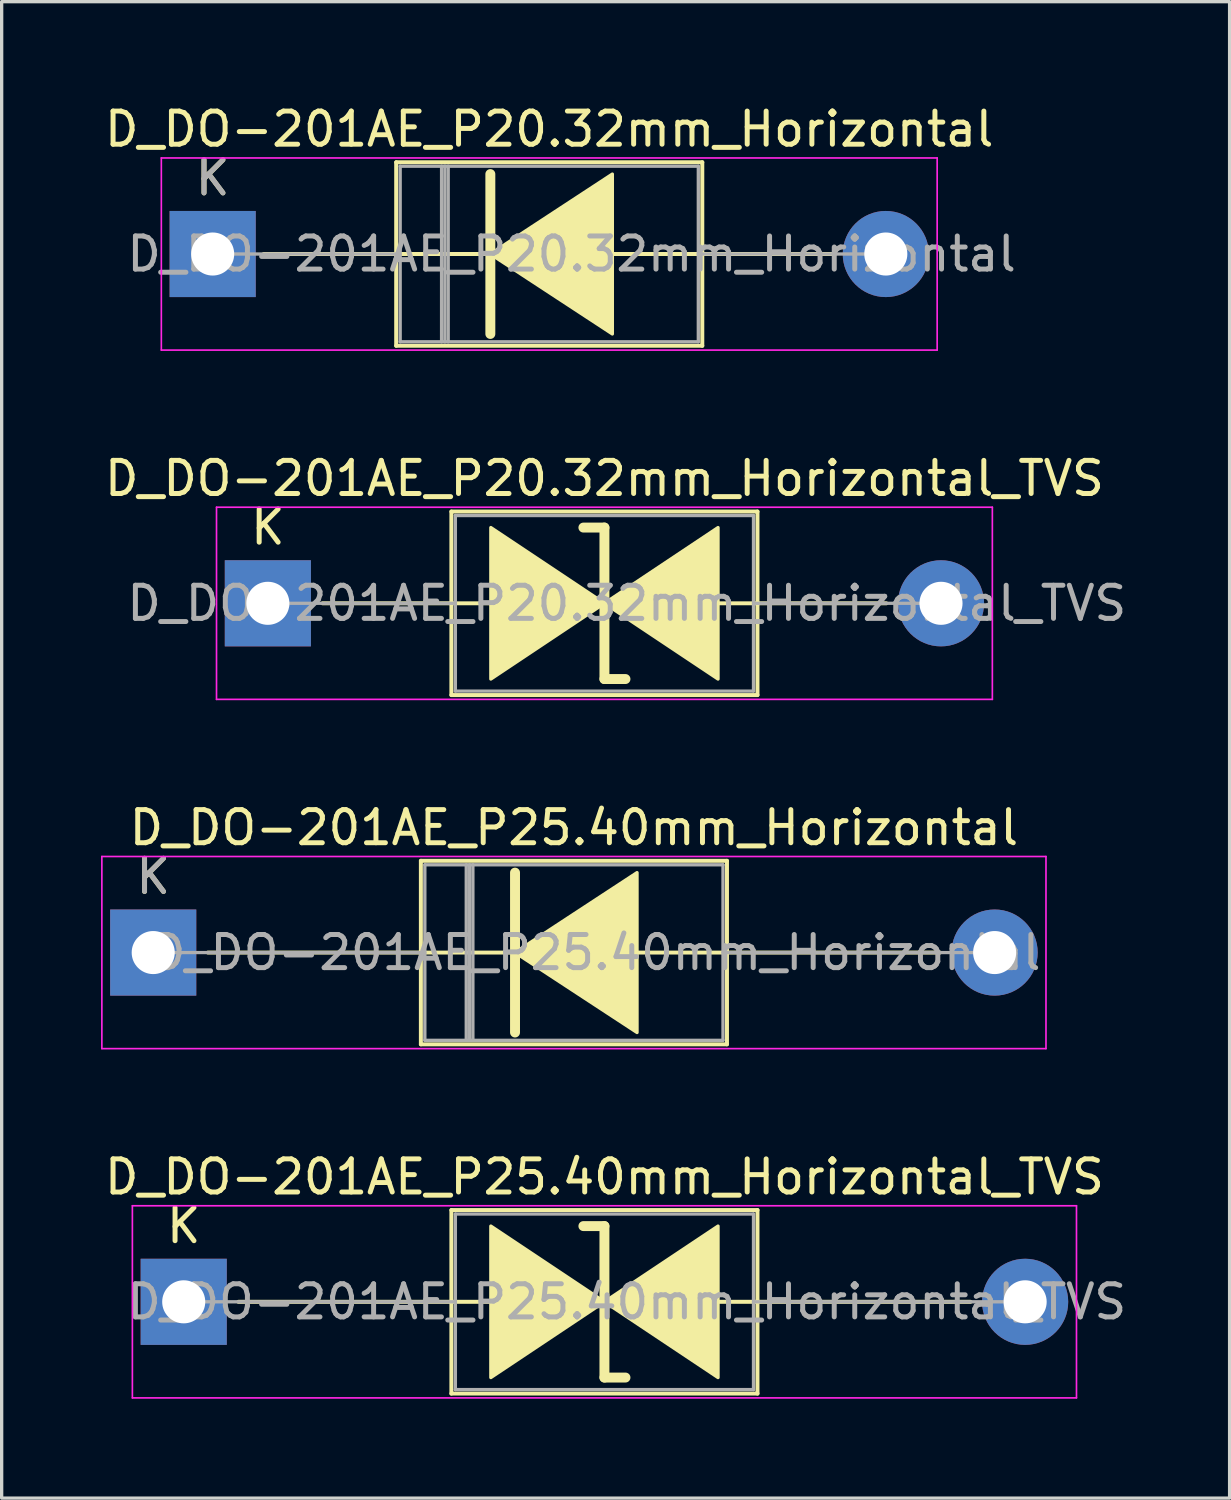
<source format=kicad_pcb>
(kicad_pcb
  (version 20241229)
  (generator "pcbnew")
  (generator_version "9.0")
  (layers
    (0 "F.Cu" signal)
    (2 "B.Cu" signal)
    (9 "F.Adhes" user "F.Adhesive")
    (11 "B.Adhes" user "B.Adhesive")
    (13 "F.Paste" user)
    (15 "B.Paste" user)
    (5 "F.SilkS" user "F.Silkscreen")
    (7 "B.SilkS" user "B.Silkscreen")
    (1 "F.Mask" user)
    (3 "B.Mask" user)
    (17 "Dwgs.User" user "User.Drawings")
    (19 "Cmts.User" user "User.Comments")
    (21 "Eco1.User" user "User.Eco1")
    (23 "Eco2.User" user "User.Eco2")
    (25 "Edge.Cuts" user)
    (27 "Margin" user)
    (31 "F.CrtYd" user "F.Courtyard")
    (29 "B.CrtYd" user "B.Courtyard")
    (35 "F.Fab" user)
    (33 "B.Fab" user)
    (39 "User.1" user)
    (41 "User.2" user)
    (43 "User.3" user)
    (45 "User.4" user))
  (footprint "D_DO-201AE_P20.32mm_Horizontal"
    (layer "F.Cu")
    (at 3.37 4.618)
    (property "Reference" "D_DO-201AE_P20.32mm_Horizontal" (at 10.16 -3.77 0) (layer "F.SilkS") (effects (font (size 1 1) (thickness 0.15))))
    (attr through_hole)
    (fp_line (start 1.54 0) (end 5.54 0) (stroke (width 0.12) (type solid)) (layer "F.SilkS"))
    (fp_line (start 5.54 -2.77) (end 5.54 2.77) (stroke (width 0.12) (type solid)) (layer "F.SilkS"))
    (fp_line (start 5.54 2.77) (end 14.78 2.77) (stroke (width 0.12) (type solid)) (layer "F.SilkS"))
    (fp_line (start 8.382 -2.413) (end 8.382 2.413) (stroke (width 0.3) (type solid)) (layer "F.SilkS"))
    (fp_line (start 8.509 0) (end 5.54 0) (stroke (width 0.12) (type solid)) (layer "F.SilkS"))
    (fp_line (start 12.065 0) (end 14.78 0) (stroke (width 0.12) (type solid)) (layer "F.SilkS"))
    (fp_line (start 14.78 -2.77) (end 5.54 -2.77) (stroke (width 0.12) (type solid)) (layer "F.SilkS"))
    (fp_line (start 14.78 2.77) (end 14.78 -2.77) (stroke (width 0.12) (type solid)) (layer "F.SilkS"))
    (fp_line (start 18.78 0) (end 14.78 0) (stroke (width 0.12) (type solid)) (layer "F.SilkS"))
    (fp_poly (pts (xy 12.065 2.413) (xy 8.382 0) (xy 12.065 -2.413)) (stroke (width 0.1) (type solid)) (fill yes) (layer "F.SilkS"))
    (fp_line (start -1.55 -2.9) (end -1.55 2.9) (stroke (width 0.05) (type solid)) (layer "F.CrtYd"))
    (fp_line (start -1.55 2.9) (end 21.87 2.9) (stroke (width 0.05) (type solid)) (layer "F.CrtYd"))
    (fp_line (start 21.87 -2.9) (end -1.55 -2.9) (stroke (width 0.05) (type solid)) (layer "F.CrtYd"))
    (fp_line (start 21.87 2.9) (end 21.87 -2.9) (stroke (width 0.05) (type solid)) (layer "F.CrtYd"))
    (fp_line (start 0 0) (end 5.66 0) (stroke (width 0.1) (type solid)) (layer "F.Fab"))
    (fp_line (start 5.66 -2.65) (end 5.66 2.65) (stroke (width 0.1) (type solid)) (layer "F.Fab"))
    (fp_line (start 5.66 2.65) (end 14.66 2.65) (stroke (width 0.1) (type solid)) (layer "F.Fab"))
    (fp_line (start 6.91 -2.65) (end 6.91 2.65) (stroke (width 0.1) (type solid)) (layer "F.Fab"))
    (fp_line (start 7.01 -2.65) (end 7.01 2.65) (stroke (width 0.1) (type solid)) (layer "F.Fab"))
    (fp_line (start 7.11 -2.65) (end 7.11 2.65) (stroke (width 0.1) (type solid)) (layer "F.Fab"))
    (fp_line (start 14.66 -2.65) (end 5.66 -2.65) (stroke (width 0.1) (type solid)) (layer "F.Fab"))
    (fp_line (start 14.66 2.65) (end 14.66 -2.65) (stroke (width 0.1) (type solid)) (layer "F.Fab"))
    (fp_line (start 20.32 0) (end 14.66 0) (stroke (width 0.1) (type solid)) (layer "F.Fab"))
    (fp_text user "K" (at 0 -2.3 0) (layer "F.SilkS") (effects (font (size 1 1) (thickness 0.15))))
    (fp_text user "K" (at 0 -2.3 0) (layer "F.Fab") (effects (font (size 1 1) (thickness 0.15))))
    (fp_text user "${REFERENCE}" (at 10.835 0 0) (layer "F.Fab") (effects (font (size 1 1) (thickness 0.15))))
    (pad "1" thru_hole rect (at 0 0) (size 2.6 2.6) (drill 1.3) (layers "*.Cu" "*.Mask"))
    (pad "2" thru_hole oval (at 20.32 0) (size 2.6 2.6) (drill 1.3) (layers "*.Cu" "*.Mask")))
  (footprint "D_DO-201AE_P25.40mm_Horizontal_TVS"
    (layer "F.Cu")
    (at 2.496 36.248)
    (property "Reference" "D_DO-201AE_P25.40mm_Horizontal_TVS" (at 12.7 -3.77 0) (layer "F.SilkS") (effects (font (size 1 1) (thickness 0.15))))
    (attr through_hole)
    (fp_line (start 1.651 0) (end 8.08 0) (stroke (width 0.12) (type solid)) (layer "F.SilkS"))
    (fp_line (start 8.08 -2.77) (end 8.08 2.77) (stroke (width 0.12) (type solid)) (layer "F.SilkS"))
    (fp_line (start 8.08 0) (end 9.271 0) (stroke (width 0.12) (type solid)) (layer "F.SilkS"))
    (fp_line (start 8.08 2.77) (end 17.32 2.77) (stroke (width 0.12) (type solid)) (layer "F.SilkS"))
    (fp_line (start 12.7 -2.286) (end 12.065 -2.286) (stroke (width 0.3) (type solid)) (layer "F.SilkS"))
    (fp_line (start 12.7 2.286) (end 12.7 -2.286) (stroke (width 0.3) (type solid)) (layer "F.SilkS"))
    (fp_line (start 13.335 2.286) (end 12.7 2.286) (stroke (width 0.3) (type solid)) (layer "F.SilkS"))
    (fp_line (start 16.129 0) (end 17.32 0) (stroke (width 0.12) (type solid)) (layer "F.SilkS"))
    (fp_line (start 17.32 -2.77) (end 8.08 -2.77) (stroke (width 0.12) (type solid)) (layer "F.SilkS"))
    (fp_line (start 17.32 2.77) (end 17.32 -2.77) (stroke (width 0.12) (type solid)) (layer "F.SilkS"))
    (fp_line (start 23.749 0) (end 17.32 0) (stroke (width 0.12) (type solid)) (layer "F.SilkS"))
    (fp_poly (pts (xy 12.7 0) (xy 9.271 2.286) (xy 9.271 -2.286)) (stroke (width 0.1) (type solid)) (fill yes) (layer "F.SilkS"))
    (fp_poly (pts (xy 12.7 0) (xy 16.129 -2.286) (xy 16.129 2.286)) (stroke (width 0.1) (type solid)) (fill yes) (layer "F.SilkS"))
    (fp_line (start -1.55 -2.9) (end -1.55 2.9) (stroke (width 0.05) (type solid)) (layer "F.CrtYd"))
    (fp_line (start -1.55 2.9) (end 26.95 2.9) (stroke (width 0.05) (type solid)) (layer "F.CrtYd"))
    (fp_line (start 26.95 -2.9) (end -1.55 -2.9) (stroke (width 0.05) (type solid)) (layer "F.CrtYd"))
    (fp_line (start 26.95 2.9) (end 26.95 -2.9) (stroke (width 0.05) (type solid)) (layer "F.CrtYd"))
    (fp_line (start 0 0) (end 8.2 0) (stroke (width 0.1) (type solid)) (layer "F.Fab"))
    (fp_line (start 8.2 -2.65) (end 8.2 2.65) (stroke (width 0.1) (type solid)) (layer "F.Fab"))
    (fp_line (start 8.2 2.65) (end 17.2 2.65) (stroke (width 0.1) (type solid)) (layer "F.Fab"))
    (fp_line (start 17.2 -2.65) (end 8.2 -2.65) (stroke (width 0.1) (type solid)) (layer "F.Fab"))
    (fp_line (start 17.2 2.65) (end 17.2 -2.65) (stroke (width 0.1) (type solid)) (layer "F.Fab"))
    (fp_line (start 25.4 0) (end 17.2 0) (stroke (width 0.1) (type solid)) (layer "F.Fab"))
    (fp_text user "K" (at 0 -2.3 0) (layer "F.SilkS") (effects (font (size 1 1) (thickness 0.15))))
    (fp_text user "${REFERENCE}" (at 13.375 0 0) (layer "F.Fab") (effects (font (size 1 1) (thickness 0.15))))
    (pad "1" thru_hole rect (at 0 0) (size 2.6 2.6) (drill 1.3) (layers "*.Cu" "*.Mask"))
    (pad "2" thru_hole oval (at 25.4 0) (size 2.6 2.6) (drill 1.3) (layers "*.Cu" "*.Mask")))
  (footprint "D_DO-201AE_P25.40mm_Horizontal"
    (layer "F.Cu")
    (at 1.575 25.705)
    (property "Reference" "D_DO-201AE_P25.40mm_Horizontal" (at 12.7 -3.77 0) (layer "F.SilkS") (effects (font (size 1 1) (thickness 0.15))))
    (attr through_hole)
    (fp_line (start 1.651 0) (end 8.08 0) (stroke (width 0.12) (type solid)) (layer "F.SilkS"))
    (fp_line (start 8.08 -2.77) (end 8.08 2.77) (stroke (width 0.12) (type solid)) (layer "F.SilkS"))
    (fp_line (start 8.08 2.77) (end 17.32 2.77) (stroke (width 0.12) (type solid)) (layer "F.SilkS"))
    (fp_line (start 10.922 -2.413) (end 10.922 2.413) (stroke (width 0.3) (type solid)) (layer "F.SilkS"))
    (fp_line (start 11.049 0) (end 8.08 0) (stroke (width 0.12) (type solid)) (layer "F.SilkS"))
    (fp_line (start 14.605 0) (end 17.32 0) (stroke (width 0.12) (type solid)) (layer "F.SilkS"))
    (fp_line (start 17.32 -2.77) (end 8.08 -2.77) (stroke (width 0.12) (type solid)) (layer "F.SilkS"))
    (fp_line (start 17.32 2.77) (end 17.32 -2.77) (stroke (width 0.12) (type solid)) (layer "F.SilkS"))
    (fp_line (start 23.749 0) (end 17.32 0) (stroke (width 0.12) (type solid)) (layer "F.SilkS"))
    (fp_poly (pts (xy 14.605 2.413) (xy 10.922 0) (xy 14.605 -2.413)) (stroke (width 0.1) (type solid)) (fill yes) (layer "F.SilkS"))
    (fp_line (start -1.55 -2.9) (end -1.55 2.9) (stroke (width 0.05) (type solid)) (layer "F.CrtYd"))
    (fp_line (start -1.55 2.9) (end 26.95 2.9) (stroke (width 0.05) (type solid)) (layer "F.CrtYd"))
    (fp_line (start 26.95 -2.9) (end -1.55 -2.9) (stroke (width 0.05) (type solid)) (layer "F.CrtYd"))
    (fp_line (start 26.95 2.9) (end 26.95 -2.9) (stroke (width 0.05) (type solid)) (layer "F.CrtYd"))
    (fp_line (start 0 0) (end 8.2 0) (stroke (width 0.1) (type solid)) (layer "F.Fab"))
    (fp_line (start 8.2 -2.65) (end 8.2 2.65) (stroke (width 0.1) (type solid)) (layer "F.Fab"))
    (fp_line (start 8.2 2.65) (end 17.2 2.65) (stroke (width 0.1) (type solid)) (layer "F.Fab"))
    (fp_line (start 9.45 -2.65) (end 9.45 2.65) (stroke (width 0.1) (type solid)) (layer "F.Fab"))
    (fp_line (start 9.55 -2.65) (end 9.55 2.65) (stroke (width 0.1) (type solid)) (layer "F.Fab"))
    (fp_line (start 9.65 -2.65) (end 9.65 2.65) (stroke (width 0.1) (type solid)) (layer "F.Fab"))
    (fp_line (start 17.2 -2.65) (end 8.2 -2.65) (stroke (width 0.1) (type solid)) (layer "F.Fab"))
    (fp_line (start 17.2 2.65) (end 17.2 -2.65) (stroke (width 0.1) (type solid)) (layer "F.Fab"))
    (fp_line (start 25.4 0) (end 17.2 0) (stroke (width 0.1) (type solid)) (layer "F.Fab"))
    (fp_text user "K" (at 0 -2.3 0) (layer "F.SilkS") (effects (font (size 1 1) (thickness 0.15))))
    (fp_text user "K" (at 0 -2.3 0) (layer "F.Fab") (effects (font (size 1 1) (thickness 0.15))))
    (fp_text user "${REFERENCE}" (at 13.375 0 0) (layer "F.Fab") (effects (font (size 1 1) (thickness 0.15))))
    (pad "1" thru_hole rect (at 0 0) (size 2.6 2.6) (drill 1.3) (layers "*.Cu" "*.Mask"))
    (pad "2" thru_hole oval (at 25.4 0) (size 2.6 2.6) (drill 1.3) (layers "*.Cu" "*.Mask")))
  (footprint "D_DO-201AE_P20.32mm_Horizontal_TVS"
    (layer "F.Cu")
    (at 5.036 15.162)
    (property "Reference" "D_DO-201AE_P20.32mm_Horizontal_TVS" (at 10.16 -3.77 0) (layer "F.SilkS") (effects (font (size 1 1) (thickness 0.15))))
    (attr through_hole)
    (fp_line (start 1.651 0) (end 5.54 0) (stroke (width 0.12) (type solid)) (layer "F.SilkS"))
    (fp_line (start 5.54 -2.77) (end 5.54 2.77) (stroke (width 0.12) (type solid)) (layer "F.SilkS"))
    (fp_line (start 5.54 0) (end 6.731 0) (stroke (width 0.12) (type solid)) (layer "F.SilkS"))
    (fp_line (start 5.54 2.77) (end 14.78 2.77) (stroke (width 0.12) (type solid)) (layer "F.SilkS"))
    (fp_line (start 10.16 -2.286) (end 9.525 -2.286) (stroke (width 0.3) (type solid)) (layer "F.SilkS"))
    (fp_line (start 10.16 2.286) (end 10.16 -2.286) (stroke (width 0.3) (type solid)) (layer "F.SilkS"))
    (fp_line (start 10.795 2.286) (end 10.16 2.286) (stroke (width 0.3) (type solid)) (layer "F.SilkS"))
    (fp_line (start 13.589 0) (end 14.78 0) (stroke (width 0.12) (type solid)) (layer "F.SilkS"))
    (fp_line (start 14.78 -2.77) (end 5.54 -2.77) (stroke (width 0.12) (type solid)) (layer "F.SilkS"))
    (fp_line (start 14.78 2.77) (end 14.78 -2.77) (stroke (width 0.12) (type solid)) (layer "F.SilkS"))
    (fp_line (start 18.669 0) (end 14.78 0) (stroke (width 0.12) (type solid)) (layer "F.SilkS"))
    (fp_poly (pts (xy 10.16 0) (xy 6.731 2.286) (xy 6.731 -2.286)) (stroke (width 0.1) (type solid)) (fill yes) (layer "F.SilkS"))
    (fp_poly (pts (xy 10.16 0) (xy 13.589 -2.286) (xy 13.589 2.286)) (stroke (width 0.1) (type solid)) (fill yes) (layer "F.SilkS"))
    (fp_line (start -1.55 -2.9) (end -1.55 2.9) (stroke (width 0.05) (type solid)) (layer "F.CrtYd"))
    (fp_line (start -1.55 2.9) (end 21.87 2.9) (stroke (width 0.05) (type solid)) (layer "F.CrtYd"))
    (fp_line (start 21.87 -2.9) (end -1.55 -2.9) (stroke (width 0.05) (type solid)) (layer "F.CrtYd"))
    (fp_line (start 21.87 2.9) (end 21.87 -2.9) (stroke (width 0.05) (type solid)) (layer "F.CrtYd"))
    (fp_line (start 0 0) (end 5.66 0) (stroke (width 0.1) (type solid)) (layer "F.Fab"))
    (fp_line (start 5.66 -2.65) (end 5.66 2.65) (stroke (width 0.1) (type solid)) (layer "F.Fab"))
    (fp_line (start 5.66 2.65) (end 14.66 2.65) (stroke (width 0.1) (type solid)) (layer "F.Fab"))
    (fp_line (start 14.66 -2.65) (end 5.66 -2.65) (stroke (width 0.1) (type solid)) (layer "F.Fab"))
    (fp_line (start 14.66 2.65) (end 14.66 -2.65) (stroke (width 0.1) (type solid)) (layer "F.Fab"))
    (fp_line (start 20.32 0) (end 14.66 0) (stroke (width 0.1) (type solid)) (layer "F.Fab"))
    (fp_text user "K" (at 0 -2.3 0) (layer "F.SilkS") (effects (font (size 1 1) (thickness 0.15))))
    (fp_text user "${REFERENCE}" (at 10.835 0 0) (layer "F.Fab") (effects (font (size 1 1) (thickness 0.15))))
    (pad "1" thru_hole rect (at 0 0) (size 2.6 2.6) (drill 1.3) (layers "*.Cu" "*.Mask"))
    (pad "2" thru_hole oval (at 20.32 0) (size 2.6 2.6) (drill 1.3) (layers "*.Cu" "*.Mask")))
  (gr_rect
    (start -3 -3)
    (end 34.068 42.173)
    (stroke (width 0.1) (type default))
    (fill no)
    (layer "Edge.Cuts")))
</source>
